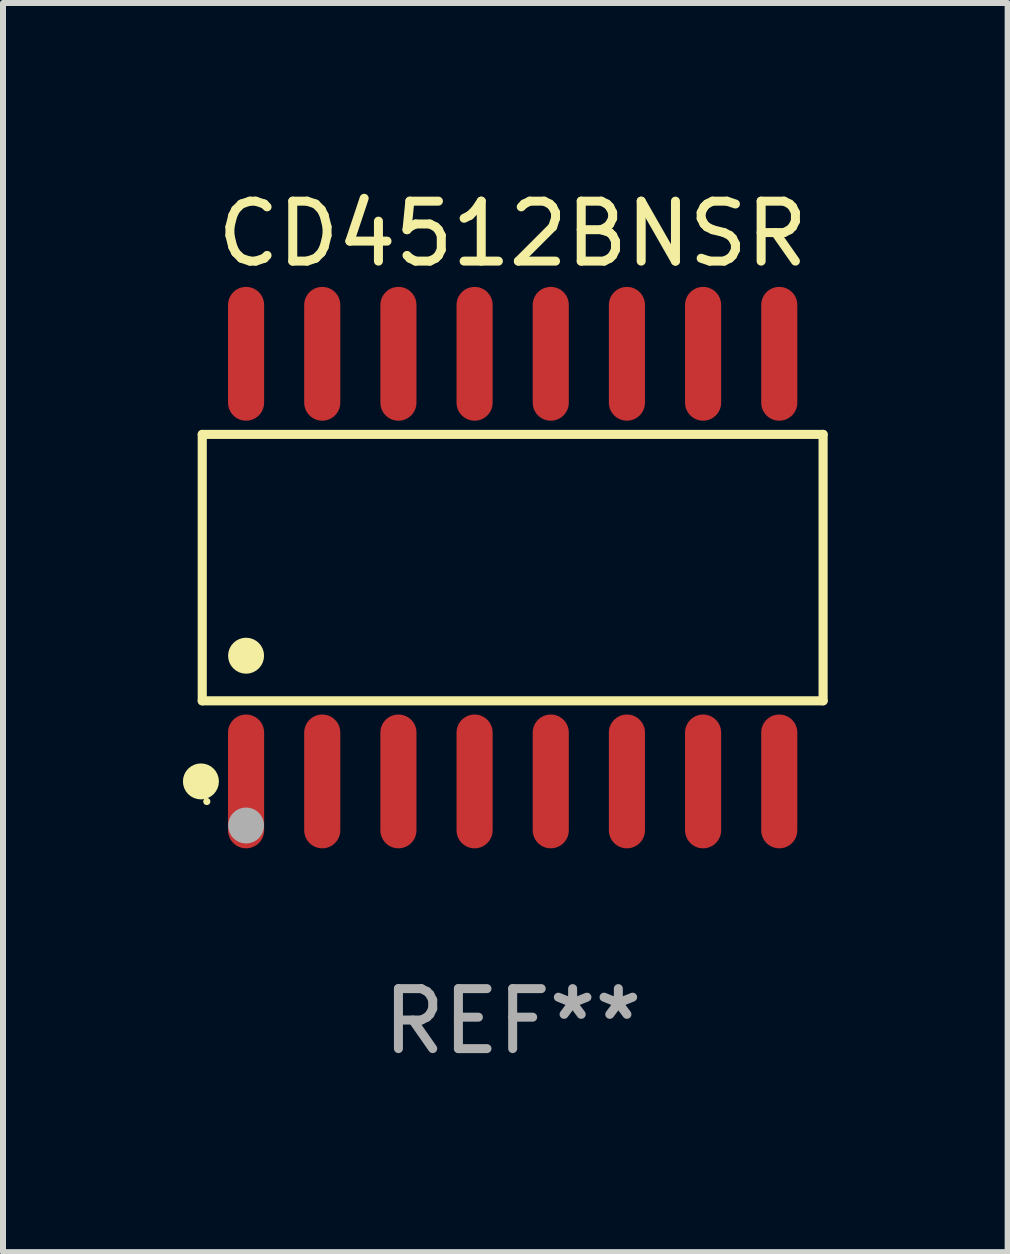
<source format=kicad_pcb>
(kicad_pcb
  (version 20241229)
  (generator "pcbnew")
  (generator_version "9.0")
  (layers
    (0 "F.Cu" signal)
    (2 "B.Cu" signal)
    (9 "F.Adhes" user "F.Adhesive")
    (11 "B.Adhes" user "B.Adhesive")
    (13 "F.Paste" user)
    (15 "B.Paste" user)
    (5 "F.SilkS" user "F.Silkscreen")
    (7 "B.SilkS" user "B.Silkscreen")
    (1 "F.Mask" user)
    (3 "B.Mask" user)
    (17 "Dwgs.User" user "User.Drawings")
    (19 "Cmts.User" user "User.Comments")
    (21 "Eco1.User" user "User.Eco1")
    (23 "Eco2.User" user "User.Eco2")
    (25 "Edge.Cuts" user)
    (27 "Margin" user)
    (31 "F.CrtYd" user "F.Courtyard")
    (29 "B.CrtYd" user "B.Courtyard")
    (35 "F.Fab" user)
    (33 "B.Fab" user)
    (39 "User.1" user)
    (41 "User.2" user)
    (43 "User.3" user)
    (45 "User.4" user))
  (footprint "CD4512BNSR"
    (layer "F.Cu")
    (at 5.498 6.414)
    (property "Reference" "CD4512BNSR" (at 0 -5.565 0) (layer "F.SilkS") (effects (font (size 1 1) (thickness 0.15))))
    (attr through_hole)
    (fp_line (start -5.176 -2.221) (end 5.176 -2.221) (stroke (width 0.152) (type solid)) (layer "F.SilkS"))
    (fp_line (start -5.176 2.221) (end -5.176 -2.221) (stroke (width 0.152) (type solid)) (layer "F.SilkS"))
    (fp_line (start 5.176 -2.221) (end 5.176 2.221) (stroke (width 0.152) (type solid)) (layer "F.SilkS"))
    (fp_line (start 5.176 2.221) (end -5.176 2.221) (stroke (width 0.152) (type solid)) (layer "F.SilkS"))
    (fp_circle (center -5.198 3.565) (end -5.048 3.565) (stroke (width 0.3) (type solid)) (fill no) (layer "F.SilkS"))
    (fp_circle (center -5.1 3.9) (end -5.07 3.9) (stroke (width 0.06) (type solid)) (fill no) (layer "F.SilkS"))
    (fp_circle (center -4.445 1.469) (end -4.295 1.469) (stroke (width 0.3) (type solid)) (fill no) (layer "F.SilkS"))
    (fp_circle (center -4.445 4.3) (end -4.295 4.3) (stroke (width 0.3) (type solid)) (fill no) (layer "F.Fab"))
    (fp_text user "REF**" (at 0 7.565 0) (layer "F.Fab") (effects (font (size 1 1) (thickness 0.15))))
    (pad "1" smd oval (at -4.445 3.565) (size 0.602 2.231) (layers "F.Cu" "F.Mask" "F.Paste"))
    (pad "2" smd oval (at -3.175 3.565) (size 0.602 2.231) (layers "F.Cu" "F.Mask" "F.Paste"))
    (pad "3" smd oval (at -1.905 3.565) (size 0.602 2.231) (layers "F.Cu" "F.Mask" "F.Paste"))
    (pad "4" smd oval (at -0.635 3.565) (size 0.602 2.231) (layers "F.Cu" "F.Mask" "F.Paste"))
    (pad "5" smd oval (at 0.635 3.565) (size 0.602 2.231) (layers "F.Cu" "F.Mask" "F.Paste"))
    (pad "6" smd oval (at 1.905 3.565) (size 0.602 2.231) (layers "F.Cu" "F.Mask" "F.Paste"))
    (pad "7" smd oval (at 3.175 3.565) (size 0.602 2.231) (layers "F.Cu" "F.Mask" "F.Paste"))
    (pad "8" smd oval (at 4.445 3.565) (size 0.602 2.231) (layers "F.Cu" "F.Mask" "F.Paste"))
    (pad "9" smd oval (at 4.445 -3.565) (size 0.602 2.231) (layers "F.Cu" "F.Mask" "F.Paste"))
    (pad "10" smd oval (at 3.175 -3.565) (size 0.602 2.231) (layers "F.Cu" "F.Mask" "F.Paste"))
    (pad "11" smd oval (at 1.905 -3.565) (size 0.602 2.231) (layers "F.Cu" "F.Mask" "F.Paste"))
    (pad "12" smd oval (at 0.635 -3.565) (size 0.602 2.231) (layers "F.Cu" "F.Mask" "F.Paste"))
    (pad "13" smd oval (at -0.635 -3.565) (size 0.602 2.231) (layers "F.Cu" "F.Mask" "F.Paste"))
    (pad "14" smd oval (at -1.905 -3.565) (size 0.602 2.231) (layers "F.Cu" "F.Mask" "F.Paste"))
    (pad "15" smd oval (at -3.175 -3.565) (size 0.602 2.231) (layers "F.Cu" "F.Mask" "F.Paste"))
    (pad "16" smd oval (at -4.445 -3.565) (size 0.602 2.231) (layers "F.Cu" "F.Mask" "F.Paste")))
  (gr_rect
    (start -3 -3)
    (end 13.751 17.827)
    (stroke (width 0.1) (type default))
    (fill no)
    (layer "Edge.Cuts")))
</source>
